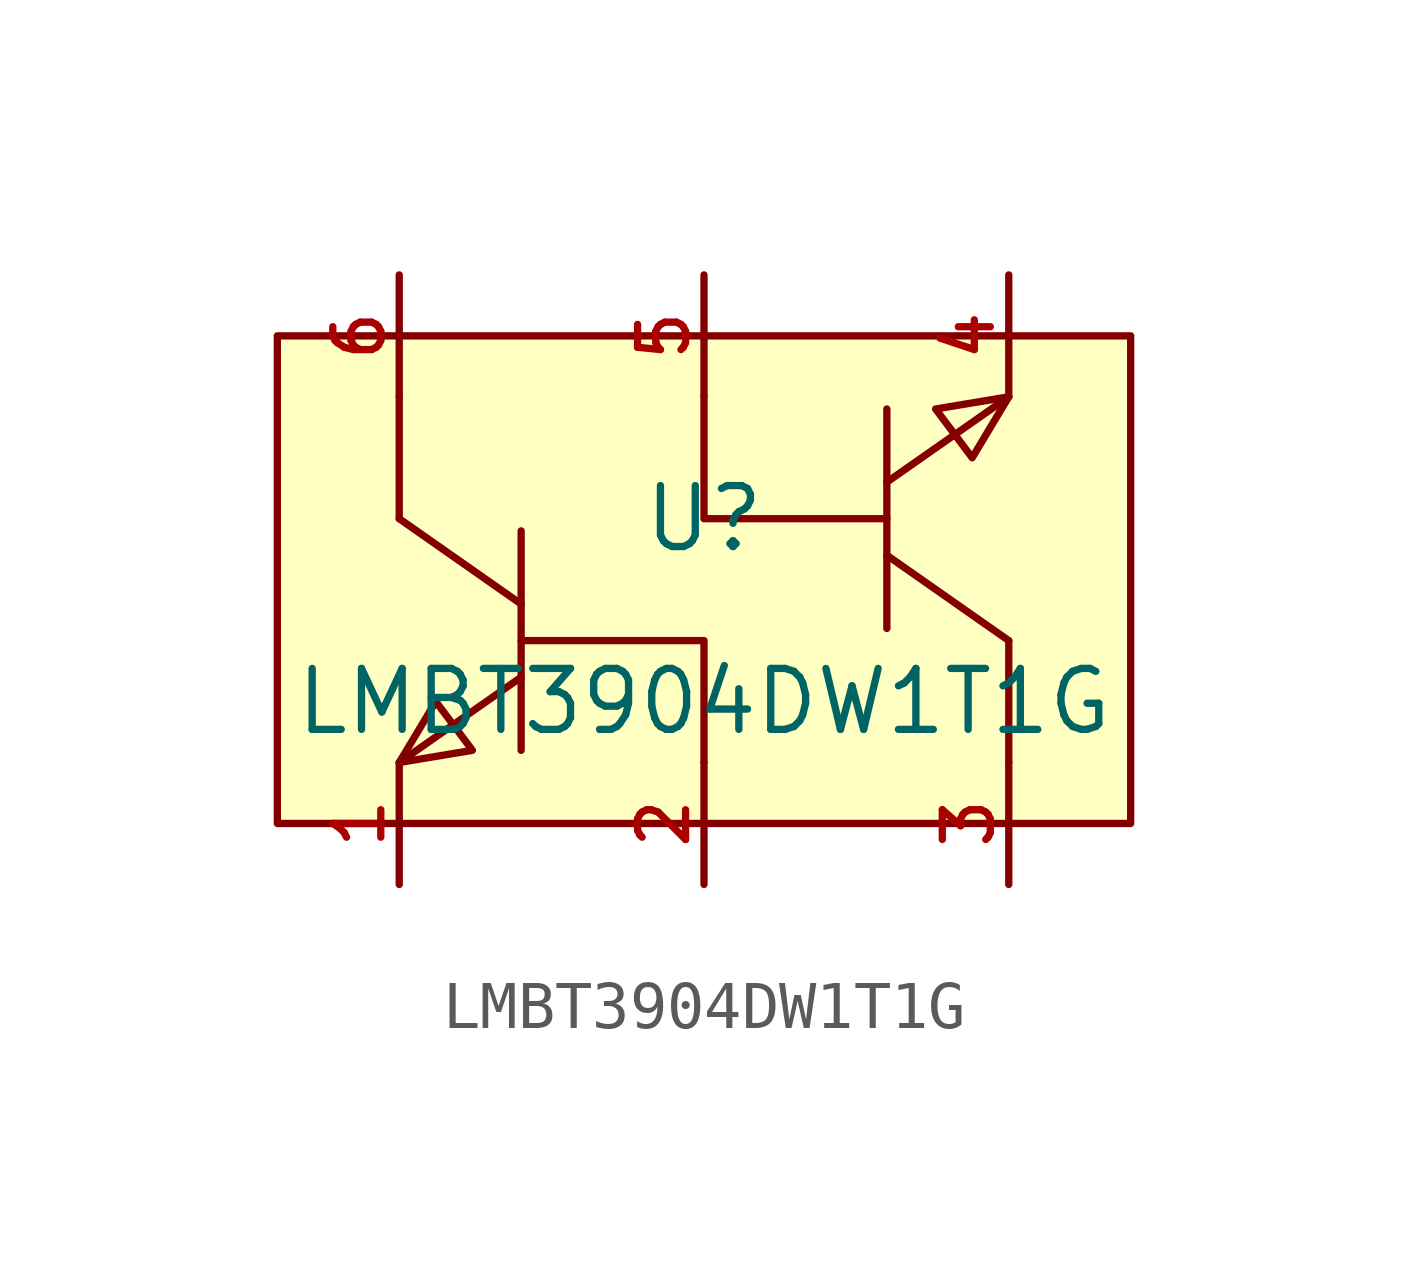
<source format=kicad_sym>
(kicad_symbol_lib
  (version 20231120)
  (generator "kicad_symbol_editor")
  (generator_version "8.0")
  (symbol "LMBT3904DW1T1G"
    (pin_names hide)
    (property "Reference" "U"
      (at 0 1.27 0)
      (effects (font (size 1.27 1.27))))
    (property "Value" "LMBT3904DW1T1G"
      (at 0 -2.54 0)
      (effects (font (size 1.27 1.27))))
    (symbol "LMBT3904DW1T1G_0_1"
      (rectangle (start -8.89 5.08) (end 8.89 -5.08) (stroke (width 0) (type default)) (fill (type background)))
      (polyline (pts (xy -6.35 1.27) (xy -3.81 -0.508)) (stroke (width 0) (type default)) (fill (type none)))
      (polyline (pts (xy -6.35 3.81) (xy -6.35 1.27)) (stroke (width 0) (type default)) (fill (type none)))
      (polyline (pts (xy -3.81 -2.032) (xy -6.35 -3.81)) (stroke (width 0) (type default)) (fill (type none)))
      (polyline (pts (xy -3.81 1.016) (xy -3.81 -3.556)) (stroke (width 0) (type default)) (fill (type none)))
      (polyline (pts (xy 3.81 -1.016) (xy 3.81 3.556)) (stroke (width 0) (type default)) (fill (type none)))
      (polyline (pts (xy 3.81 2.032) (xy 6.35 3.81)) (stroke (width 0) (type default)) (fill (type none)))
      (polyline (pts (xy 6.35 -1.27) (xy 3.81 0.508)) (stroke (width 0) (type default)) (fill (type none)))
      (polyline (pts (xy 6.35 -1.27) (xy 6.35 -3.81)) (stroke (width 0) (type default)) (fill (type none)))
      (polyline (pts (xy -3.81 -1.27) (xy 0 -1.27) (xy 0 -3.81)) (stroke (width 0) (type default)) (fill (type none)))
      (polyline (pts (xy -6.35 -3.81) (xy -5.588 -2.54) (xy -4.826 -3.556) (xy -6.35 -3.81)) (stroke (width 0) (type default)) (fill (type background)))
      (polyline (pts (xy 0 3.81) (xy 0 2.54) (xy 0 1.27) (xy 3.81 1.27)) (stroke (width 0) (type default)) (fill (type none)))
      (polyline (pts (xy 6.35 3.81) (xy 5.588 2.54) (xy 4.826 3.556) (xy 6.35 3.81)) (stroke (width 0) (type default)) (fill (type background)))
      (pin unspecified line (at -6.35 -6.35 90) (length 2.54) (name "E" (effects (font (size 1 1)))) (number "1" (effects (font (size 1 1)))))
      (pin unspecified line (at 0 -6.35 90) (length 2.54) (name "B" (effects (font (size 1 1)))) (number "2" (effects (font (size 1 1)))))
      (pin unspecified line (at 6.35 -6.35 90) (length 2.54) (name "C" (effects (font (size 1 1)))) (number "3" (effects (font (size 1 1)))))
      (pin unspecified line (at 6.35 6.35 270) (length 2.54) (name "E" (effects (font (size 1 1)))) (number "4" (effects (font (size 1 1)))))
      (pin unspecified line (at 0 6.35 270) (length 2.54) (name "B" (effects (font (size 1 1)))) (number "5" (effects (font (size 1 1)))))
      (pin unspecified line (at -6.35 6.35 270) (length 2.54) (name "C" (effects (font (size 1 1)))) (number "6" (effects (font (size 1 1))))))))
</source>
